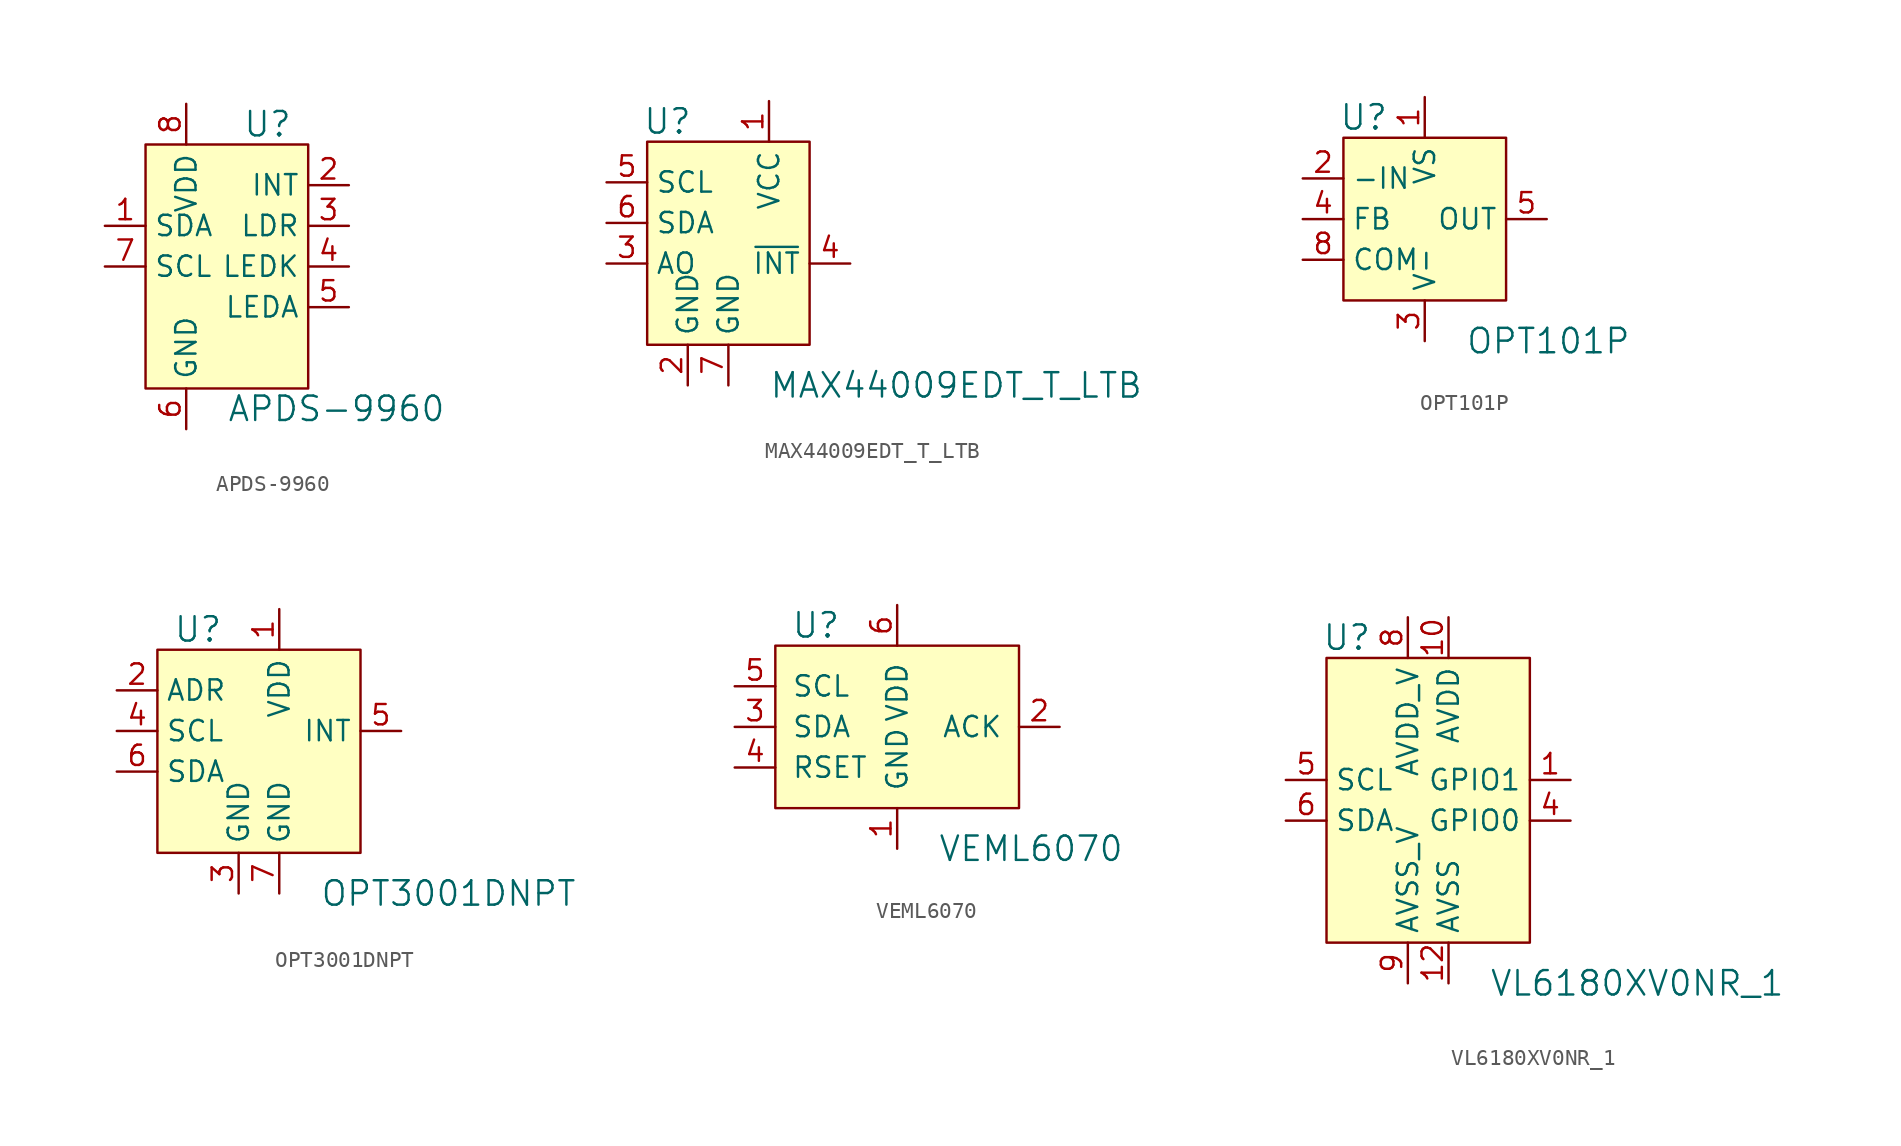
<source format=kicad_sym>
(kicad_symbol_lib
  (version 20220914)
  (generator kicad_symbol_editor)
  (symbol "APDS-9960"
    (property "Reference" "U"
      (at 2.54 8.89 0)
      (effects (font (size 1.524 1.524))))
    (property "Value" "APDS-9960"
      (at 0 -8.89 0)
      (effects (font (size 1.524 1.524)) (justify left)))
    (symbol "APDS-9960_0_1"
      (rectangle (start -5.08 7.62) (end 5.08 -7.62) (stroke (width 0) (type default)) (fill (type background))))
    (symbol "APDS-9960_1_1"
      (pin bidirectional line (at -7.62 2.54 0) (length 2.54) (name "SDA" (effects (font (size 1.27 1.27)))) (number "1" (effects (font (size 1.27 1.27)))))
      (pin output line (at 7.62 5.08 180) (length 2.54) (name "INT" (effects (font (size 1.27 1.27)))) (number "2" (effects (font (size 1.27 1.27)))))
      (pin output line (at 7.62 2.54 180) (length 2.54) (name "LDR" (effects (font (size 1.27 1.27)))) (number "3" (effects (font (size 1.27 1.27)))))
      (pin passive line (at 7.62 0 180) (length 2.54) (name "LEDK" (effects (font (size 1.27 1.27)))) (number "4" (effects (font (size 1.27 1.27)))))
      (pin passive line (at 7.62 -2.54 180) (length 2.54) (name "LEDA" (effects (font (size 1.27 1.27)))) (number "5" (effects (font (size 1.27 1.27)))))
      (pin power_in line (at -2.54 -10.16 90) (length 2.54) (name "GND" (effects (font (size 1.27 1.27)))) (number "6" (effects (font (size 1.27 1.27)))))
      (pin input line (at -7.62 0 0) (length 2.54) (name "SCL" (effects (font (size 1.27 1.27)))) (number "7" (effects (font (size 1.27 1.27)))))
      (pin power_in line (at -2.54 10.16 270) (length 2.54) (name "VDD" (effects (font (size 1.27 1.27)))) (number "8" (effects (font (size 1.27 1.27)))))))
  (symbol "MAX44009EDT_T_LTB"
    (property "Reference" "U"
      (at -3.81 8.89 0)
      (effects (font (size 1.524 1.524))))
    (property "Value" "MAX44009EDT_T_LTB"
      (at 2.54 -7.62 0)
      (effects (font (size 1.524 1.524)) (justify left)))
    (symbol "MAX44009EDT_T_LTB_1_0"
      (pin power_in line (at 0 -7.62 90) (length 2.54) (name "GND" (effects (font (size 1.27 1.27)))) (number "7" (effects (font (size 1.27 1.27))))))
    (symbol "MAX44009EDT_T_LTB_1_1"
      (rectangle (start -5.08 7.62) (end 5.08 -5.08) (stroke (width 0) (type default)) (fill (type background)))
      (pin power_in line (at 2.54 10.16 270) (length 2.54) (name "VCC" (effects (font (size 1.27 1.27)))) (number "1" (effects (font (size 1.27 1.27)))))
      (pin power_in line (at -2.54 -7.62 90) (length 2.54) (name "GND" (effects (font (size 1.27 1.27)))) (number "2" (effects (font (size 1.27 1.27)))))
      (pin input line (at -7.62 0 0) (length 2.54) (name "AO" (effects (font (size 1.27 1.27)))) (number "3" (effects (font (size 1.27 1.27)))))
      (pin output line (at 7.62 0 180) (length 2.54) (name "~{INT}" (effects (font (size 1.27 1.27)))) (number "4" (effects (font (size 1.27 1.27)))))
      (pin input line (at -7.62 5.08 0) (length 2.54) (name "SCL" (effects (font (size 1.27 1.27)))) (number "5" (effects (font (size 1.27 1.27)))))
      (pin bidirectional line (at -7.62 2.54 0) (length 2.54) (name "SDA" (effects (font (size 1.27 1.27)))) (number "6" (effects (font (size 1.27 1.27)))))))
  (symbol "OPT101P"
    (property "Reference" "U"
      (at -3.81 6.35 0)
      (effects (font (size 1.524 1.524))))
    (property "Value" "OPT101P"
      (at 2.54 -7.62 0)
      (effects (font (size 1.524 1.524)) (justify left)))
    (symbol "OPT101P_0_1"
      (rectangle (start -5.08 5.08) (end 5.08 -5.08) (stroke (width 0) (type default)) (fill (type background))))
    (symbol "OPT101P_1_1"
      (pin power_in line (at 0 7.62 270) (length 2.54) (name "VS" (effects (font (size 1.27 1.27)))) (number "1" (effects (font (size 1.27 1.27)))))
      (pin input line (at -7.62 2.54 0) (length 2.54) (name "-IN" (effects (font (size 1.27 1.27)))) (number "2" (effects (font (size 1.27 1.27)))))
      (pin power_in line (at 0 -7.62 90) (length 2.54) (name "V-" (effects (font (size 1.27 1.27)))) (number "3" (effects (font (size 1.27 1.27)))))
      (pin input line (at -7.62 0 0) (length 2.54) (name "FB" (effects (font (size 1.27 1.27)))) (number "4" (effects (font (size 1.27 1.27)))))
      (pin output line (at 7.62 0 180) (length 2.54) (name "OUT" (effects (font (size 1.27 1.27)))) (number "5" (effects (font (size 1.27 1.27)))))
      (pin no_connect line (at 5.08 -2.54 180) (length 2.54) hide (name "NC" (effects (font (size 1.27 1.27)))) (number "6" (effects (font (size 1.27 1.27)))))
      (pin no_connect line (at 5.08 -5.08 180) (length 2.54) hide (name "NC" (effects (font (size 1.27 1.27)))) (number "7" (effects (font (size 1.27 1.27)))))
      (pin input line (at -7.62 -2.54 0) (length 2.54) (name "COM" (effects (font (size 1.27 1.27)))) (number "8" (effects (font (size 1.27 1.27)))))))
  (symbol "OPT3001DNPT"
    (property "Reference" "U"
      (at -5.08 8.89 0)
      (effects (font (size 1.524 1.524))))
    (property "Value" "OPT3001DNPT"
      (at 2.54 -7.62 0)
      (effects (font (size 1.524 1.524)) (justify left)))
    (symbol "OPT3001DNPT_0_1"
      (rectangle (start -7.62 7.62) (end 5.08 -5.08) (stroke (width 0) (type default)) (fill (type background))))
    (symbol "OPT3001DNPT_1_1"
      (pin power_in line (at 0 10.16 270) (length 2.54) (name "VDD" (effects (font (size 1.27 1.27)))) (number "1" (effects (font (size 1.27 1.27)))))
      (pin input line (at -10.16 5.08 0) (length 2.54) (name "ADR" (effects (font (size 1.27 1.27)))) (number "2" (effects (font (size 1.27 1.27)))))
      (pin power_in line (at -2.54 -7.62 90) (length 2.54) (name "GND" (effects (font (size 1.27 1.27)))) (number "3" (effects (font (size 1.27 1.27)))))
      (pin input line (at -10.16 2.54 0) (length 2.54) (name "SCL" (effects (font (size 1.27 1.27)))) (number "4" (effects (font (size 1.27 1.27)))))
      (pin output line (at 7.62 2.54 180) (length 2.54) (name "INT" (effects (font (size 1.27 1.27)))) (number "5" (effects (font (size 1.27 1.27)))))
      (pin bidirectional line (at -10.16 0 0) (length 2.54) (name "SDA" (effects (font (size 1.27 1.27)))) (number "6" (effects (font (size 1.27 1.27)))))
      (pin power_in line (at 0 -7.62 90) (length 2.54) (name "GND" (effects (font (size 1.27 1.27)))) (number "7" (effects (font (size 1.27 1.27)))))))
  (symbol "VEML6070"
    (pin_names
      (offset 1.016))
    (property "Reference" "U"
      (at -5.08 6.35 0)
      (effects (font (size 1.524 1.524))))
    (property "Value" "VEML6070"
      (at 2.54 -7.62 0)
      (effects (font (size 1.524 1.524)) (justify left)))
    (symbol "VEML6070_0_1"
      (rectangle (start -7.62 5.08) (end 7.62 -5.08) (stroke (width 0) (type default)) (fill (type background))))
    (symbol "VEML6070_1_1"
      (pin power_in line (at 0 -7.62 90) (length 2.54) (name "GND" (effects (font (size 1.27 1.27)))) (number "1" (effects (font (size 1.27 1.27)))))
      (pin output line (at 10.16 0 180) (length 2.54) (name "ACK" (effects (font (size 1.27 1.27)))) (number "2" (effects (font (size 1.27 1.27)))))
      (pin bidirectional line (at -10.16 0 0) (length 2.54) (name "SDA" (effects (font (size 1.27 1.27)))) (number "3" (effects (font (size 1.27 1.27)))))
      (pin input line (at -10.16 -2.54 0) (length 2.54) (name "RSET" (effects (font (size 1.27 1.27)))) (number "4" (effects (font (size 1.27 1.27)))))
      (pin input line (at -10.16 2.54 0) (length 2.54) (name "SCL" (effects (font (size 1.27 1.27)))) (number "5" (effects (font (size 1.27 1.27)))))
      (pin power_in line (at 0 7.62 270) (length 2.54) (name "VDD" (effects (font (size 1.27 1.27)))) (number "6" (effects (font (size 1.27 1.27)))))))
  (symbol "VL6180XV0NR_1"
    (property "Reference" "U"
      (at -6.35 11.43 0)
      (effects (font (size 1.524 1.524))))
    (property "Value" "VL6180XV0NR_1"
      (at 2.54 -10.16 0)
      (effects (font (size 1.524 1.524)) (justify left)))
    (symbol "VL6180XV0NR_1_0_1"
      (rectangle (start -7.62 10.16) (end 5.08 -7.62) (stroke (width 0) (type default)) (fill (type background))))
    (symbol "VL6180XV0NR_1_1_1"
      (pin bidirectional line (at 7.62 2.54 180) (length 2.54) (name "GPIO1" (effects (font (size 1.27 1.27)))) (number "1" (effects (font (size 1.27 1.27)))))
      (pin power_in line (at 0 12.7 270) (length 2.54) (name "AVDD" (effects (font (size 1.27 1.27)))) (number "10" (effects (font (size 1.27 1.27)))))
      (pin no_connect line (at 5.08 -2.54 180) (length 2.54) hide (name "NC" (effects (font (size 1.27 1.27)))) (number "11" (effects (font (size 1.27 1.27)))))
      (pin power_in line (at 0 -10.16 90) (length 2.54) (name "AVSS" (effects (font (size 1.27 1.27)))) (number "12" (effects (font (size 1.27 1.27)))))
      (pin no_connect line (at -7.62 -2.54 0) (length 2.54) hide (name "NC" (effects (font (size 1.27 1.27)))) (number "2" (effects (font (size 1.27 1.27)))))
      (pin no_connect line (at -7.62 -5.08 0) (length 2.54) hide (name "NC" (effects (font (size 1.27 1.27)))) (number "3" (effects (font (size 1.27 1.27)))))
      (pin bidirectional line (at 7.62 0 180) (length 2.54) (name "GPIO0" (effects (font (size 1.27 1.27)))) (number "4" (effects (font (size 1.27 1.27)))))
      (pin input line (at -10.16 2.54 0) (length 2.54) (name "SCL" (effects (font (size 1.27 1.27)))) (number "5" (effects (font (size 1.27 1.27)))))
      (pin bidirectional line (at -10.16 0 0) (length 2.54) (name "SDA" (effects (font (size 1.27 1.27)))) (number "6" (effects (font (size 1.27 1.27)))))
      (pin no_connect line (at 5.08 -5.08 180) (length 2.54) hide (name "NC" (effects (font (size 1.27 1.27)))) (number "7" (effects (font (size 1.27 1.27)))))
      (pin power_in line (at -2.54 12.7 270) (length 2.54) (name "AVDD_V" (effects (font (size 1.27 1.27)))) (number "8" (effects (font (size 1.27 1.27)))))
      (pin power_in line (at -2.54 -10.16 90) (length 2.54) (name "AVSS_V" (effects (font (size 1.27 1.27)))) (number "9" (effects (font (size 1.27 1.27))))))))
</source>
